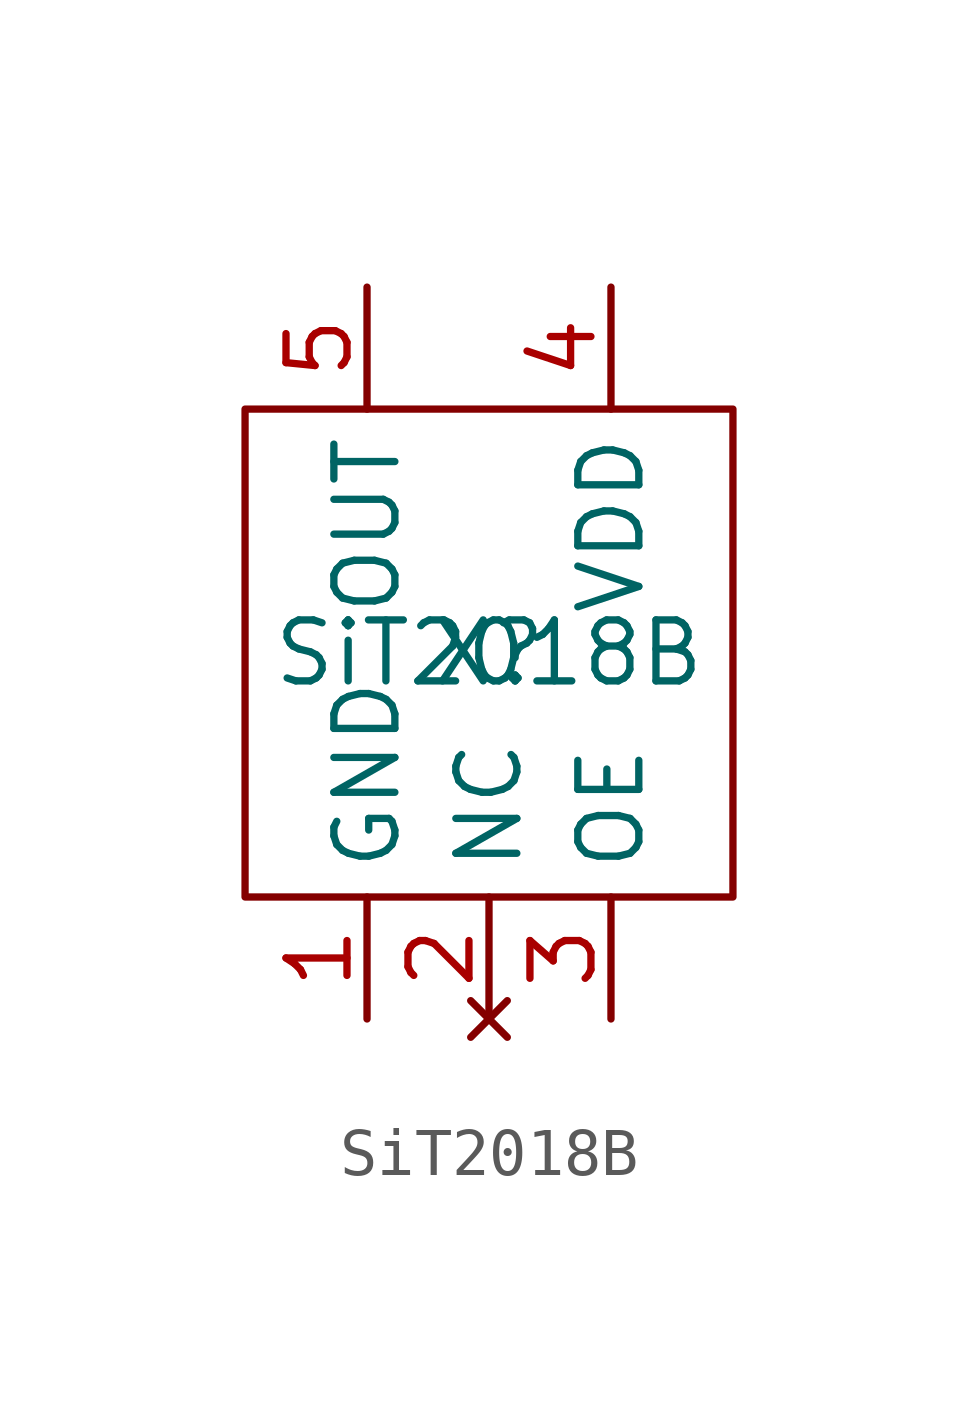
<source format=kicad_sym>
(kicad_symbol_lib
  (version 20211014)
  (generator kicad_symbol_editor)
  (symbol "SiT2018B"
    (property "Reference" "X"
      (at 0 0 0)
      (effects (font (size 1.27 1.27))))
    (property "Value" "SiT2018B"
      (at 0 0 0)
      (effects (font (size 1.27 1.27))))
    (symbol "SiT2018B_0_1"
      (rectangle (start -5.08 5.08) (end 5.08 -5.08) (stroke (width 0.152) (type default) (color 0 0 0 0)) (fill (type none))))
    (symbol "SiT2018B_1_1"
      (pin power_in line (at -2.54 -7.62 90) (length 2.54) (name "GND" (effects (font (size 1.27 1.27)))) (number "1" (effects (font (size 1.27 1.27)))))
      (pin no_connect line (at 0 -7.62 90) (length 2.54) (name "NC" (effects (font (size 1.27 1.27)))) (number "2" (effects (font (size 1.27 1.27)))))
      (pin input line (at 2.54 -7.62 90) (length 2.54) (name "OE" (effects (font (size 1.27 1.27)))) (number "3" (effects (font (size 1.27 1.27)))))
      (pin power_in line (at 2.54 7.62 270) (length 2.54) (name "VDD" (effects (font (size 1.27 1.27)))) (number "4" (effects (font (size 1.27 1.27)))))
      (pin output line (at -2.54 7.62 270) (length 2.54) (name "OUT" (effects (font (size 1.27 1.27)))) (number "5" (effects (font (size 1.27 1.27))))))))
</source>
